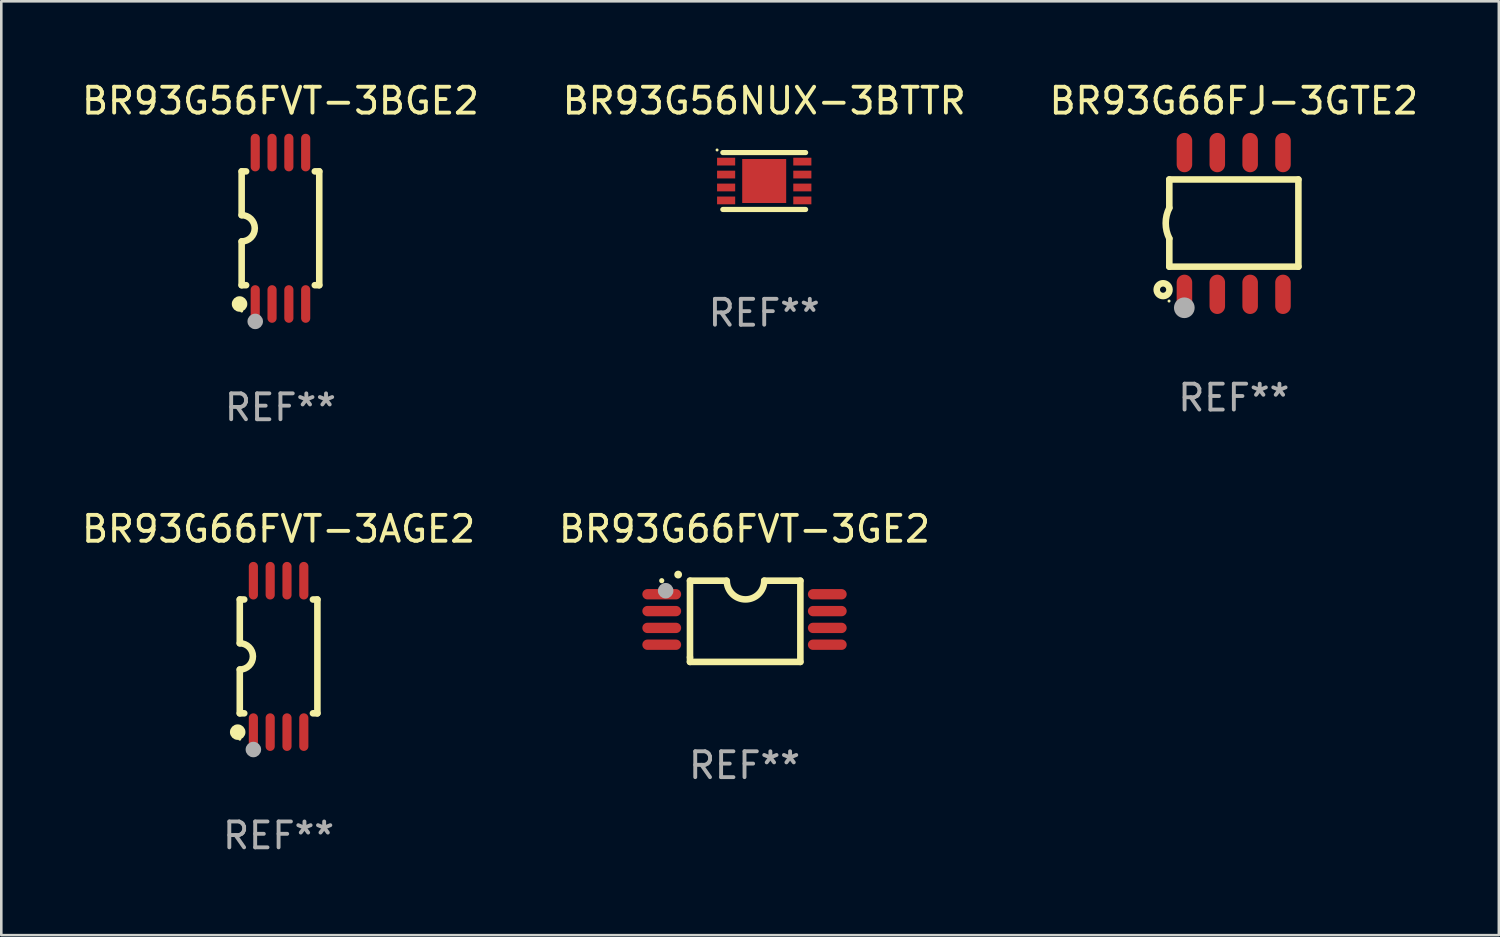
<source format=kicad_pcb>
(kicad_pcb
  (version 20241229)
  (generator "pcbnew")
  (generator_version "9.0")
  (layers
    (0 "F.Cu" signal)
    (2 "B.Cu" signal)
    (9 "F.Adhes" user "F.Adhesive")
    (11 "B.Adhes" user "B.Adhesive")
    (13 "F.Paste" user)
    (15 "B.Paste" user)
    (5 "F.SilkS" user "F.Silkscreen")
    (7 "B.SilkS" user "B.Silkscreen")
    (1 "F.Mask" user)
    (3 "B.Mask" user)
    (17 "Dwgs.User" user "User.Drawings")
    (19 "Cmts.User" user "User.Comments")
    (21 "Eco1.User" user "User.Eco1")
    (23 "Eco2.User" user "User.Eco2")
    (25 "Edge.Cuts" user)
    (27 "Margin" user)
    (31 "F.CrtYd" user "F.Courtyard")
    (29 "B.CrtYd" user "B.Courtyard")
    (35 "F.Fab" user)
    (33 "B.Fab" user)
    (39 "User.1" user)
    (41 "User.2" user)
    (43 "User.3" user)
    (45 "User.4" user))
  (footprint "BR93G56NUX-3BTTR"
    (layer "F.Cu")
    (at 26.494 3.948)
    (property "Reference" "BR93G56NUX-3BTTR" (at 0 -3.1 0) (layer "F.SilkS") (effects (font (size 1 1) (thickness 0.15))))
    (attr through_hole)
    (fp_line (start -1.6 -1.1) (end 1.6 -1.1) (stroke (width 0.2) (type solid)) (layer "F.SilkS"))
    (fp_line (start -1.6 1.1) (end 1.6 1.1) (stroke (width 0.2) (type solid)) (layer "F.SilkS"))
    (fp_circle (center -1.823 -1.2) (end -1.793 -1.2) (stroke (width 0.06) (type solid)) (fill no) (layer "F.SilkS"))
    (fp_text user "REF**" (at 0 5.1 0) (layer "F.Fab") (effects (font (size 1 1) (thickness 0.15))))
    (pad "1" smd rect (at -1.473 -0.75) (size 0.7 0.3) (layers "F.Cu" "F.Mask" "F.Paste"))
    (pad "2" smd rect (at -1.473 -0.25) (size 0.7 0.3) (layers "F.Cu" "F.Mask" "F.Paste"))
    (pad "3" smd rect (at -1.473 0.25) (size 0.7 0.3) (layers "F.Cu" "F.Mask" "F.Paste"))
    (pad "4" smd rect (at -1.473 0.75) (size 0.7 0.3) (layers "F.Cu" "F.Mask" "F.Paste"))
    (pad "5" smd rect (at 1.473 0.75) (size 0.7 0.3) (layers "F.Cu" "F.Mask" "F.Paste"))
    (pad "6" smd rect (at 1.473 0.25) (size 0.7 0.3) (layers "F.Cu" "F.Mask" "F.Paste"))
    (pad "7" smd rect (at 1.473 -0.25) (size 0.7 0.3) (layers "F.Cu" "F.Mask" "F.Paste"))
    (pad "8" smd rect (at 1.473 -0.75) (size 0.7 0.3) (layers "F.Cu" "F.Mask" "F.Paste"))
    (pad "9" smd rect (at -0.001 -0.000254) (size 1.7 1.7) (layers "F.Cu" "F.Mask" "F.Paste")))
  (footprint "BR93G66FVT-3GE2"
    (layer "F.Cu")
    (at 25.732 20.969)
    (property "Reference" "BR93G66FVT-3GE2" (at 0 -3.57 0) (layer "F.SilkS") (effects (font (size 1 1) (thickness 0.15))))
    (attr through_hole)
    (fp_line (start -2.108 -1.57) (end -0.711 -1.57) (stroke (width 0.254) (type solid)) (layer "F.SilkS"))
    (fp_line (start -2.108 -1.57) (end -2.108 1.393) (stroke (width 0.254) (type solid)) (layer "F.SilkS"))
    (fp_line (start -2.108 1.393) (end -2.108 1.57) (stroke (width 0.254) (type solid)) (layer "F.SilkS"))
    (fp_line (start -2.108 1.57) (end 2.159 1.57) (stroke (width 0.254) (type solid)) (layer "F.SilkS"))
    (fp_line (start 0.762 -1.57) (end 2.159 -1.57) (stroke (width 0.254) (type solid)) (layer "F.SilkS"))
    (fp_line (start 2.159 1.57) (end 2.159 -1.57) (stroke (width 0.254) (type solid)) (layer "F.SilkS"))
    (fp_arc (start -2.565405 -1.805169) (mid -2.56541 -1.806439) (end -2.565405 -1.807709) (stroke (width 0.3) (type solid)) (layer "F.SilkS"))
    (fp_arc (start 0.762002 -1.570498) (mid 0.0381 -0.846596) (end -0.685802 -1.570498) (stroke (width 0.254001) (type solid)) (layer "F.SilkS"))
    (fp_circle (center -3.2 -1.57) (end -3.15 -1.57) (stroke (width 0.1) (type solid)) (fill no) (layer "F.SilkS"))
    (fp_circle (center -3.048 -1.183) (end -2.898 -1.183) (stroke (width 0.3) (type solid)) (fill no) (layer "F.Fab"))
    (fp_text user "REF**" (at 0 5.57 0) (layer "F.Fab") (effects (font (size 1 1) (thickness 0.15))))
    (pad "1" smd oval (at -3.2 -1.046 90) (size 0.4 1.5) (layers "F.Cu" "F.Mask" "F.Paste"))
    (pad "2" smd oval (at -3.2 -0.395 90) (size 0.4 1.5) (layers "F.Cu" "F.Mask" "F.Paste"))
    (pad "3" smd oval (at -3.2 0.255 90) (size 0.4 1.5) (layers "F.Cu" "F.Mask" "F.Paste"))
    (pad "4" smd oval (at -3.2 0.905 90) (size 0.4 1.5) (layers "F.Cu" "F.Mask" "F.Paste"))
    (pad "5" smd oval (at 3.2 0.905 90) (size 0.4 1.5) (layers "F.Cu" "F.Mask" "F.Paste"))
    (pad "6" smd oval (at 3.2 0.255 90) (size 0.4 1.5) (layers "F.Cu" "F.Mask" "F.Paste"))
    (pad "7" smd oval (at 3.2 -0.395 90) (size 0.4 1.5) (layers "F.Cu" "F.Mask" "F.Paste"))
    (pad "8" smd oval (at 3.2 -1.046 90) (size 0.4 1.5) (layers "F.Cu" "F.Mask" "F.Paste")))
  (footprint "BR93G66FVT-3AGE2"
    (layer "F.Cu")
    (at 7.72 22.326)
    (property "Reference" "BR93G66FVT-3AGE2" (at 0 -4.927 0) (layer "F.SilkS") (effects (font (size 1 1) (thickness 0.15))))
    (attr through_hole)
    (fp_line (start -1.5 -2.2) (end -1.5 -0.508) (stroke (width 0.254) (type solid)) (layer "F.SilkS"))
    (fp_line (start -1.5 -2.2) (end -1.328 -2.2) (stroke (width 0.254) (type solid)) (layer "F.SilkS"))
    (fp_line (start -1.5 2.2) (end -1.5 0.508) (stroke (width 0.254) (type solid)) (layer "F.SilkS"))
    (fp_line (start -1.5 2.2) (end -1.328 2.2) (stroke (width 0.254) (type solid)) (layer "F.SilkS"))
    (fp_line (start 1.328 -2.2) (end 1.5 -2.2) (stroke (width 0.254) (type solid)) (layer "F.SilkS"))
    (fp_line (start 1.328 2.2) (end 1.5 2.2) (stroke (width 0.254) (type solid)) (layer "F.SilkS"))
    (fp_line (start 1.5 -2.2) (end 1.5 2.2) (stroke (width 0.254) (type solid)) (layer "F.SilkS"))
    (fp_arc (start -1.501144 -0.508) (mid -0.993143 -0.000571) (end -1.5 0.508001) (stroke (width 0.254001) (type solid)) (layer "F.SilkS"))
    (fp_circle (center -1.581 2.927) (end -1.431 2.927) (stroke (width 0.3) (type solid)) (fill no) (layer "F.SilkS"))
    (fp_circle (center -1.5 3.2) (end -1.47 3.2) (stroke (width 0.06) (type solid)) (fill no) (layer "F.SilkS"))
    (fp_circle (center -0.975 3.6) (end -0.825 3.6) (stroke (width 0.3) (type solid)) (fill no) (layer "F.Fab"))
    (fp_text user "REF**" (at 0 6.927 0) (layer "F.Fab") (effects (font (size 1 1) (thickness 0.15))))
    (pad "1" smd oval (at -0.975 2.927) (size 0.353 1.454) (layers "F.Cu" "F.Mask" "F.Paste"))
    (pad "2" smd oval (at -0.325 2.927) (size 0.353 1.454) (layers "F.Cu" "F.Mask" "F.Paste"))
    (pad "3" smd oval (at 0.325 2.927) (size 0.353 1.454) (layers "F.Cu" "F.Mask" "F.Paste"))
    (pad "4" smd oval (at 0.975 2.927) (size 0.353 1.454) (layers "F.Cu" "F.Mask" "F.Paste"))
    (pad "5" smd oval (at 0.975 -2.927) (size 0.353 1.454) (layers "F.Cu" "F.Mask" "F.Paste"))
    (pad "6" smd oval (at 0.325 -2.927) (size 0.353 1.454) (layers "F.Cu" "F.Mask" "F.Paste"))
    (pad "7" smd oval (at -0.325 -2.927) (size 0.353 1.454) (layers "F.Cu" "F.Mask" "F.Paste"))
    (pad "8" smd oval (at -0.975 -2.927) (size 0.353 1.454) (layers "F.Cu" "F.Mask" "F.Paste")))
  (footprint "BR93G56FVT-3BGE2"
    (layer "F.Cu")
    (at 7.792 5.775)
    (property "Reference" "BR93G56FVT-3BGE2" (at 0 -4.927 0) (layer "F.SilkS") (effects (font (size 1 1) (thickness 0.15))))
    (attr through_hole)
    (fp_line (start -1.5 -2.2) (end -1.5 -0.508) (stroke (width 0.254) (type solid)) (layer "F.SilkS"))
    (fp_line (start -1.5 -2.2) (end -1.328 -2.2) (stroke (width 0.254) (type solid)) (layer "F.SilkS"))
    (fp_line (start -1.5 2.2) (end -1.5 0.508) (stroke (width 0.254) (type solid)) (layer "F.SilkS"))
    (fp_line (start -1.5 2.2) (end -1.328 2.2) (stroke (width 0.254) (type solid)) (layer "F.SilkS"))
    (fp_line (start 1.328 -2.2) (end 1.5 -2.2) (stroke (width 0.254) (type solid)) (layer "F.SilkS"))
    (fp_line (start 1.328 2.2) (end 1.5 2.2) (stroke (width 0.254) (type solid)) (layer "F.SilkS"))
    (fp_line (start 1.5 -2.2) (end 1.5 2.2) (stroke (width 0.254) (type solid)) (layer "F.SilkS"))
    (fp_arc (start -1.501144 -0.508) (mid -0.993143 -0.000571) (end -1.5 0.508001) (stroke (width 0.254001) (type solid)) (layer "F.SilkS"))
    (fp_circle (center -1.581 2.927) (end -1.431 2.927) (stroke (width 0.3) (type solid)) (fill no) (layer "F.SilkS"))
    (fp_circle (center -1.5 3.2) (end -1.47 3.2) (stroke (width 0.06) (type solid)) (fill no) (layer "F.SilkS"))
    (fp_circle (center -0.975 3.6) (end -0.825 3.6) (stroke (width 0.3) (type solid)) (fill no) (layer "F.Fab"))
    (fp_text user "REF**" (at 0 6.927 0) (layer "F.Fab") (effects (font (size 1 1) (thickness 0.15))))
    (pad "1" smd oval (at -0.975 2.927) (size 0.353 1.454) (layers "F.Cu" "F.Mask" "F.Paste"))
    (pad "2" smd oval (at -0.325 2.927) (size 0.353 1.454) (layers "F.Cu" "F.Mask" "F.Paste"))
    (pad "3" smd oval (at 0.325 2.927) (size 0.353 1.454) (layers "F.Cu" "F.Mask" "F.Paste"))
    (pad "4" smd oval (at 0.975 2.927) (size 0.353 1.454) (layers "F.Cu" "F.Mask" "F.Paste"))
    (pad "5" smd oval (at 0.975 -2.927) (size 0.353 1.454) (layers "F.Cu" "F.Mask" "F.Paste"))
    (pad "6" smd oval (at 0.325 -2.927) (size 0.353 1.454) (layers "F.Cu" "F.Mask" "F.Paste"))
    (pad "7" smd oval (at -0.325 -2.927) (size 0.353 1.454) (layers "F.Cu" "F.Mask" "F.Paste"))
    (pad "8" smd oval (at -0.975 -2.927) (size 0.353 1.454) (layers "F.Cu" "F.Mask" "F.Paste")))
  (footprint "BR93G66FJ-3GTE2"
    (layer "F.Cu")
    (at 44.649 5.588)
    (property "Reference" "BR93G66FJ-3GTE2" (at 0 -4.74 0) (layer "F.SilkS") (effects (font (size 1 1) (thickness 0.15))))
    (attr through_hole)
    (fp_line (start -2.495 -1.7) (end 2.495 -1.7) (stroke (width 0.254) (type solid)) (layer "F.SilkS"))
    (fp_line (start -2.495 -0.6) (end -2.495 -1.7) (stroke (width 0.254) (type solid)) (layer "F.SilkS"))
    (fp_line (start -2.495 1.671) (end -2.495 0.58) (stroke (width 0.254) (type solid)) (layer "F.SilkS"))
    (fp_line (start 2.495 -1.7) (end 2.495 1.671) (stroke (width 0.254) (type solid)) (layer "F.SilkS"))
    (fp_line (start 2.495 1.671) (end -2.495 1.671) (stroke (width 0.254) (type solid)) (layer "F.SilkS"))
    (fp_arc (start -2.495009 0.58001) (mid -2.634112 -0.009995) (end -2.495009 -0.6) (stroke (width 0.254001) (type solid)) (layer "F.SilkS"))
    (fp_circle (center -2.735 2.56) (end -2.615 2.56) (stroke (width 0.254) (type solid)) (fill no) (layer "F.SilkS"))
    (fp_circle (center -2.505 3) (end -2.475 3) (stroke (width 0.06) (type solid)) (fill no) (layer "F.SilkS"))
    (fp_circle (center -1.915 3.26) (end -1.715 3.26) (stroke (width 0.4) (type solid)) (fill no) (layer "F.Fab"))
    (fp_text user "REF**" (at 0 6.74 0) (layer "F.Fab") (effects (font (size 1 1) (thickness 0.15))))
    (pad "1" smd oval (at -1.91 2.74) (size 0.6 1.52) (layers "F.Cu" "F.Mask" "F.Paste"))
    (pad "2" smd oval (at -0.64 2.74) (size 0.6 1.52) (layers "F.Cu" "F.Mask" "F.Paste"))
    (pad "3" smd oval (at 0.63 2.74) (size 0.6 1.52) (layers "F.Cu" "F.Mask" "F.Paste"))
    (pad "4" smd oval (at 1.9 2.74) (size 0.6 1.52) (layers "F.Cu" "F.Mask" "F.Paste"))
    (pad "5" smd oval (at 1.9 -2.74) (size 0.6 1.52) (layers "F.Cu" "F.Mask" "F.Paste"))
    (pad "6" smd oval (at 0.63 -2.74) (size 0.6 1.52) (layers "F.Cu" "F.Mask" "F.Paste"))
    (pad "7" smd oval (at -0.64 -2.74) (size 0.6 1.52) (layers "F.Cu" "F.Mask" "F.Paste"))
    (pad "8" smd oval (at -1.91 -2.74) (size 0.6 1.52) (layers "F.Cu" "F.Mask" "F.Paste")))
  (gr_rect
    (start -3 -3)
    (end 54.893 33.101)
    (stroke (width 0.1) (type default))
    (fill no)
    (layer "Edge.Cuts")))
</source>
